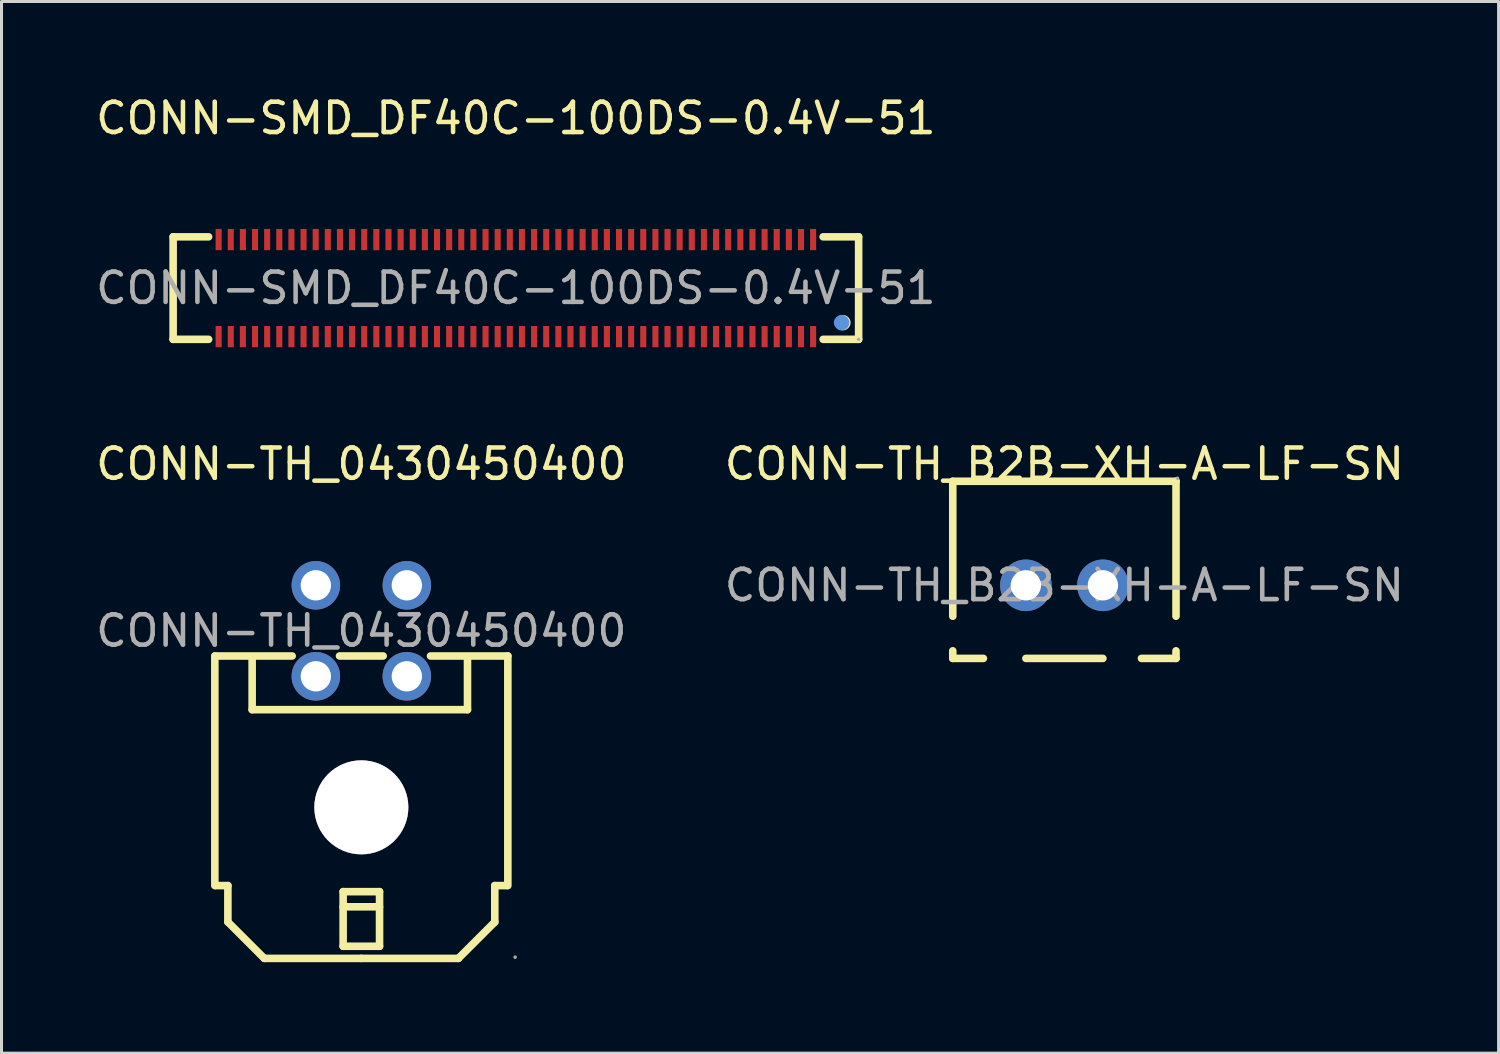
<source format=kicad_pcb>
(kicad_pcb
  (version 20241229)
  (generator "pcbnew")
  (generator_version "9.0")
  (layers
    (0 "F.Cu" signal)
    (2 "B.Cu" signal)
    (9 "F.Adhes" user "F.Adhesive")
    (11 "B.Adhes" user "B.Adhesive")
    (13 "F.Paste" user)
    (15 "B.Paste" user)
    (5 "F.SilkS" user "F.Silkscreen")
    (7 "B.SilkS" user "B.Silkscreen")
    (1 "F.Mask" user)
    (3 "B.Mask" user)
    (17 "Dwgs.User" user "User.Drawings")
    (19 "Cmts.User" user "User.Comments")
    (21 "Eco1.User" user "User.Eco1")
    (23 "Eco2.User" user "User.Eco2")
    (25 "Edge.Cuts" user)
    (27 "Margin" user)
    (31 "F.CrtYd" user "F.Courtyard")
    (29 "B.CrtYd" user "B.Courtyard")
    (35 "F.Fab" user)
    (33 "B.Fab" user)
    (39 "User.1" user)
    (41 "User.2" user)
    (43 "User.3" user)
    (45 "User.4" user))
  (footprint "CONN-TH_0430450400"
    (layer "F.Cu")
    (at 8.863 17.747)
    (property "Reference" "CONN-TH_0430450400" (at 0 -5.5 0) (layer "F.SilkS") (effects (font (size 1 1) (thickness 0.15))))
    (attr smd)
    (fp_line (start -4.83 0.83) (end -2.28 0.83) (stroke (width 0.25) (type solid)) (layer "F.SilkS"))
    (fp_line (start -4.83 8.4) (end -4.83 0.83) (stroke (width 0.25) (type solid)) (layer "F.SilkS"))
    (fp_line (start -4.8 8.4) (end -4.4 8.4) (stroke (width 0.25) (type solid)) (layer "F.SilkS"))
    (fp_line (start -4.4 8.4) (end -4.4 9.6) (stroke (width 0.25) (type solid)) (layer "F.SilkS"))
    (fp_line (start -4.4 9.6) (end -3.2 10.8) (stroke (width 0.25) (type solid)) (layer "F.SilkS"))
    (fp_line (start -3.6 0.9) (end -3.6 2.6) (stroke (width 0.25) (type solid)) (layer "F.SilkS"))
    (fp_line (start -3.6 2.6) (end 3.5 2.6) (stroke (width 0.25) (type solid)) (layer "F.SilkS"))
    (fp_line (start -3.2 10.8) (end 0 10.8) (stroke (width 0.25) (type solid)) (layer "F.SilkS"))
    (fp_line (start -0.72 0.83) (end 0.72 0.83) (stroke (width 0.25) (type solid)) (layer "F.SilkS"))
    (fp_line (start -0.6 8.6) (end 0.6 8.6) (stroke (width 0.25) (type solid)) (layer "F.SilkS"))
    (fp_line (start -0.6 9.1) (end 0.6 9.1) (stroke (width 0.25) (type solid)) (layer "F.SilkS"))
    (fp_line (start -0.6 10.4) (end -0.6 8.6) (stroke (width 0.25) (type solid)) (layer "F.SilkS"))
    (fp_line (start 0.6 8.6) (end 0.6 10.4) (stroke (width 0.25) (type solid)) (layer "F.SilkS"))
    (fp_line (start 0.6 10.4) (end -0.6 10.4) (stroke (width 0.25) (type solid)) (layer "F.SilkS"))
    (fp_line (start 2.28 0.83) (end 4.83 0.83) (stroke (width 0.25) (type solid)) (layer "F.SilkS"))
    (fp_line (start 3.2 10.8) (end 0 10.8) (stroke (width 0.25) (type solid)) (layer "F.SilkS"))
    (fp_line (start 3.5 2.6) (end 3.5 0.9) (stroke (width 0.25) (type solid)) (layer "F.SilkS"))
    (fp_line (start 4.4 8.4) (end 4.4 9.6) (stroke (width 0.25) (type solid)) (layer "F.SilkS"))
    (fp_line (start 4.4 9.6) (end 3.2 10.8) (stroke (width 0.25) (type solid)) (layer "F.SilkS"))
    (fp_line (start 4.8 8.4) (end 4.4 8.4) (stroke (width 0.25) (type solid)) (layer "F.SilkS"))
    (fp_line (start 4.83 0.83) (end 4.83 8.4) (stroke (width 0.25) (type solid)) (layer "F.SilkS"))
    (fp_circle (center 0 5.82) (end 0.75 5.82) (stroke (width 1.5) (type solid)) (fill no) (layer "Cmts.User"))
    (fp_circle (center 5.07 10.76) (end 5.1 10.76) (stroke (width 0.06) (type solid)) (fill no) (layer "F.Fab"))
    (fp_text user "${REFERENCE}" (at 0 0 0) (layer "F.Fab") (effects (font (size 1 1) (thickness 0.15))))
    (pad "" thru_hole circle (at 0 5.82) (size 3.1 3.1) (drill 3.1) (layers "*.Cu" "*.Mask"))
    (pad "1" thru_hole circle (at 1.5 1.5) (size 1.6 1.6) (drill 1) (layers "*.Cu" "*.Paste" "*.Mask"))
    (pad "2" thru_hole circle (at -1.5 1.5) (size 1.6 1.6) (drill 1) (layers "*.Cu" "*.Paste" "*.Mask"))
    (pad "3" thru_hole circle (at 1.5 -1.5) (size 1.6 1.6) (drill 1) (layers "*.Cu" "*.Paste" "*.Mask"))
    (pad "4" thru_hole circle (at -1.5 -1.5) (size 1.6 1.6) (drill 1) (layers "*.Cu" "*.Paste" "*.Mask")))
  (footprint "CONN-TH_B2B-XH-A-LF-SN"
    (layer "F.Cu")
    (at 32.042 16.247)
    (property "Reference" "CONN-TH_B2B-XH-A-LF-SN" (at 0 -4 0) (layer "F.SilkS") (effects (font (size 1 1) (thickness 0.15))))
    (attr smd)
    (fp_line (start -3.68 -3.43) (end 3.68 -3.43) (stroke (width 0.25) (type solid)) (layer "F.SilkS"))
    (fp_line (start -3.68 1.02) (end -3.68 -3.43) (stroke (width 0.25) (type solid)) (layer "F.SilkS"))
    (fp_line (start -3.68 2.41) (end -3.68 2.16) (stroke (width 0.25) (type solid)) (layer "F.SilkS"))
    (fp_line (start -3.68 2.41) (end -2.67 2.41) (stroke (width 0.25) (type solid)) (layer "F.SilkS"))
    (fp_line (start -1.27 2.41) (end 1.27 2.41) (stroke (width 0.25) (type solid)) (layer "F.SilkS"))
    (fp_line (start 3.68 -3.43) (end 3.68 1.02) (stroke (width 0.25) (type solid)) (layer "F.SilkS"))
    (fp_line (start 3.68 2.41) (end 2.54 2.41) (stroke (width 0.25) (type solid)) (layer "F.SilkS"))
    (fp_line (start 3.68 2.41) (end 3.68 2.16) (stroke (width 0.25) (type solid)) (layer "F.SilkS"))
    (fp_circle (center 3.73 -3.53) (end 3.76 -3.53) (stroke (width 0.06) (type solid)) (fill no) (layer "F.Fab"))
    (fp_text user "${REFERENCE}" (at 0 0 0) (layer "F.Fab") (effects (font (size 1 1) (thickness 0.15))))
    (pad "1" thru_hole circle (at 1.27 0 180) (size 1.7 1.7) (drill 1) (layers "*.Cu" "*.Paste" "*.Mask"))
    (pad "2" thru_hole circle (at -1.27 0 180) (size 1.7 1.7) (drill 1) (layers "*.Cu" "*.Paste" "*.Mask")))
  (footprint "CONN-SMD_DF40C-100DS-0.4V-51"
    (layer "F.Cu")
    (at 13.958 6.448)
    (property "Reference" "CONN-SMD_DF40C-100DS-0.4V-51" (at 0 -5.6 0) (layer "F.SilkS") (effects (font (size 1 1) (thickness 0.15))))
    (attr smd)
    (fp_line (start -11.3 -1.69) (end -11.3 1.69) (stroke (width 0.25) (type solid)) (layer "F.SilkS"))
    (fp_line (start -11.3 -1.69) (end -10.13 -1.69) (stroke (width 0.25) (type solid)) (layer "F.SilkS"))
    (fp_line (start -11.3 1.69) (end -10.13 1.69) (stroke (width 0.25) (type solid)) (layer "F.SilkS"))
    (fp_line (start 10.13 -1.69) (end 11.3 -1.69) (stroke (width 0.25) (type solid)) (layer "F.SilkS"))
    (fp_line (start 10.13 1.69) (end 11.3 1.69) (stroke (width 0.25) (type solid)) (layer "F.SilkS"))
    (fp_line (start 11.3 -1.69) (end 11.3 1.69) (stroke (width 0.25) (type solid)) (layer "F.SilkS"))
    (fp_circle (center 10.78 1.14) (end 10.91 1.14) (stroke (width 0.25) (type solid)) (fill no) (layer "F.SilkS"))
    (fp_circle (center 10.74 1.14) (end 10.87 1.14) (stroke (width 0.25) (type solid)) (fill no) (layer "Cmts.User"))
    (fp_circle (center 11.3 1.69) (end 11.33 1.69) (stroke (width 0.06) (type solid)) (fill no) (layer "F.Fab"))
    (fp_text user "${REFERENCE}" (at 0 0 0) (layer "F.Fab") (effects (font (size 1 1) (thickness 0.15))))
    (pad "1" smd rect (at 9.8 1.6) (size 0.2 0.7) (layers "F.Cu" "F.Mask" "F.Paste"))
    (pad "2" smd rect (at 9.4 1.6) (size 0.2 0.7) (layers "F.Cu" "F.Mask" "F.Paste"))
    (pad "3" smd rect (at 9 1.6) (size 0.2 0.7) (layers "F.Cu" "F.Mask" "F.Paste"))
    (pad "4" smd rect (at 8.6 1.6) (size 0.2 0.7) (layers "F.Cu" "F.Mask" "F.Paste"))
    (pad "5" smd rect (at 8.2 1.6) (size 0.2 0.7) (layers "F.Cu" "F.Mask" "F.Paste"))
    (pad "6" smd rect (at 7.8 1.6) (size 0.2 0.7) (layers "F.Cu" "F.Mask" "F.Paste"))
    (pad "7" smd rect (at 7.4 1.6) (size 0.2 0.7) (layers "F.Cu" "F.Mask" "F.Paste"))
    (pad "8" smd rect (at 7 1.6) (size 0.2 0.7) (layers "F.Cu" "F.Mask" "F.Paste"))
    (pad "9" smd rect (at 6.6 1.6) (size 0.2 0.7) (layers "F.Cu" "F.Mask" "F.Paste"))
    (pad "10" smd rect (at 6.2 1.6) (size 0.2 0.7) (layers "F.Cu" "F.Mask" "F.Paste"))
    (pad "11" smd rect (at 5.8 1.6) (size 0.2 0.7) (layers "F.Cu" "F.Mask" "F.Paste"))
    (pad "12" smd rect (at 5.4 1.6) (size 0.2 0.7) (layers "F.Cu" "F.Mask" "F.Paste"))
    (pad "13" smd rect (at 5 1.6) (size 0.2 0.7) (layers "F.Cu" "F.Mask" "F.Paste"))
    (pad "14" smd rect (at 4.6 1.6) (size 0.2 0.7) (layers "F.Cu" "F.Mask" "F.Paste"))
    (pad "15" smd rect (at 4.2 1.6) (size 0.2 0.7) (layers "F.Cu" "F.Mask" "F.Paste"))
    (pad "16" smd rect (at 3.8 1.6) (size 0.2 0.7) (layers "F.Cu" "F.Mask" "F.Paste"))
    (pad "17" smd rect (at 3.4 1.6) (size 0.2 0.7) (layers "F.Cu" "F.Mask" "F.Paste"))
    (pad "18" smd rect (at 3 1.6) (size 0.2 0.7) (layers "F.Cu" "F.Mask" "F.Paste"))
    (pad "19" smd rect (at 2.6 1.6) (size 0.2 0.7) (layers "F.Cu" "F.Mask" "F.Paste"))
    (pad "20" smd rect (at 2.2 1.6) (size 0.2 0.7) (layers "F.Cu" "F.Mask" "F.Paste"))
    (pad "21" smd rect (at 1.8 1.6) (size 0.2 0.7) (layers "F.Cu" "F.Mask" "F.Paste"))
    (pad "22" smd rect (at 1.4 1.6) (size 0.2 0.7) (layers "F.Cu" "F.Mask" "F.Paste"))
    (pad "23" smd rect (at 1 1.6) (size 0.2 0.7) (layers "F.Cu" "F.Mask" "F.Paste"))
    (pad "24" smd rect (at 0.6 1.6) (size 0.2 0.7) (layers "F.Cu" "F.Mask" "F.Paste"))
    (pad "25" smd rect (at 0.2 1.6) (size 0.2 0.7) (layers "F.Cu" "F.Mask" "F.Paste"))
    (pad "26" smd rect (at -0.2 1.6) (size 0.2 0.7) (layers "F.Cu" "F.Mask" "F.Paste"))
    (pad "27" smd rect (at -0.6 1.6) (size 0.2 0.7) (layers "F.Cu" "F.Mask" "F.Paste"))
    (pad "28" smd rect (at -1 1.6) (size 0.2 0.7) (layers "F.Cu" "F.Mask" "F.Paste"))
    (pad "29" smd rect (at -1.4 1.6) (size 0.2 0.7) (layers "F.Cu" "F.Mask" "F.Paste"))
    (pad "30" smd rect (at -1.8 1.6) (size 0.2 0.7) (layers "F.Cu" "F.Mask" "F.Paste"))
    (pad "31" smd rect (at -2.2 1.6) (size 0.2 0.7) (layers "F.Cu" "F.Mask" "F.Paste"))
    (pad "32" smd rect (at -2.6 1.6) (size 0.2 0.7) (layers "F.Cu" "F.Mask" "F.Paste"))
    (pad "33" smd rect (at -3 1.6) (size 0.2 0.7) (layers "F.Cu" "F.Mask" "F.Paste"))
    (pad "34" smd rect (at -3.4 1.6) (size 0.2 0.7) (layers "F.Cu" "F.Mask" "F.Paste"))
    (pad "35" smd rect (at -3.8 1.6) (size 0.2 0.7) (layers "F.Cu" "F.Mask" "F.Paste"))
    (pad "36" smd rect (at -4.2 1.6) (size 0.2 0.7) (layers "F.Cu" "F.Mask" "F.Paste"))
    (pad "37" smd rect (at -4.6 1.6) (size 0.2 0.7) (layers "F.Cu" "F.Mask" "F.Paste"))
    (pad "38" smd rect (at -5 1.6) (size 0.2 0.7) (layers "F.Cu" "F.Mask" "F.Paste"))
    (pad "39" smd rect (at -5.4 1.6) (size 0.2 0.7) (layers "F.Cu" "F.Mask" "F.Paste"))
    (pad "40" smd rect (at -5.8 1.6) (size 0.2 0.7) (layers "F.Cu" "F.Mask" "F.Paste"))
    (pad "41" smd rect (at -6.2 1.6) (size 0.2 0.7) (layers "F.Cu" "F.Mask" "F.Paste"))
    (pad "42" smd rect (at -6.6 1.6) (size 0.2 0.7) (layers "F.Cu" "F.Mask" "F.Paste"))
    (pad "43" smd rect (at -7 1.6) (size 0.2 0.7) (layers "F.Cu" "F.Mask" "F.Paste"))
    (pad "44" smd rect (at -7.4 1.6) (size 0.2 0.7) (layers "F.Cu" "F.Mask" "F.Paste"))
    (pad "45" smd rect (at -7.8 1.6) (size 0.2 0.7) (layers "F.Cu" "F.Mask" "F.Paste"))
    (pad "46" smd rect (at -8.2 1.6 180) (size 0.2 0.7) (layers "F.Cu" "F.Mask" "F.Paste"))
    (pad "47" smd rect (at -8.6 1.6 180) (size 0.2 0.7) (layers "F.Cu" "F.Mask" "F.Paste"))
    (pad "48" smd rect (at -9 1.6 180) (size 0.2 0.7) (layers "F.Cu" "F.Mask" "F.Paste"))
    (pad "49" smd rect (at -9.4 1.6 180) (size 0.2 0.7) (layers "F.Cu" "F.Mask" "F.Paste"))
    (pad "50" smd rect (at -9.8 1.6 180) (size 0.2 0.7) (layers "F.Cu" "F.Mask" "F.Paste"))
    (pad "51" smd rect (at -9.8 -1.6) (size 0.2 0.7) (layers "F.Cu" "F.Mask" "F.Paste"))
    (pad "52" smd rect (at -9.4 -1.6) (size 0.2 0.7) (layers "F.Cu" "F.Mask" "F.Paste"))
    (pad "53" smd rect (at -9 -1.6) (size 0.2 0.7) (layers "F.Cu" "F.Mask" "F.Paste"))
    (pad "54" smd rect (at -8.6 -1.6) (size 0.2 0.7) (layers "F.Cu" "F.Mask" "F.Paste"))
    (pad "55" smd rect (at -8.2 -1.6) (size 0.2 0.7) (layers "F.Cu" "F.Mask" "F.Paste"))
    (pad "56" smd rect (at -7.8 -1.6) (size 0.2 0.7) (layers "F.Cu" "F.Mask" "F.Paste"))
    (pad "57" smd rect (at -7.4 -1.6) (size 0.2 0.7) (layers "F.Cu" "F.Mask" "F.Paste"))
    (pad "58" smd rect (at -7 -1.6) (size 0.2 0.7) (layers "F.Cu" "F.Mask" "F.Paste"))
    (pad "59" smd rect (at -6.6 -1.6) (size 0.2 0.7) (layers "F.Cu" "F.Mask" "F.Paste"))
    (pad "60" smd rect (at -6.2 -1.6) (size 0.2 0.7) (layers "F.Cu" "F.Mask" "F.Paste"))
    (pad "61" smd rect (at -5.8 -1.6) (size 0.2 0.7) (layers "F.Cu" "F.Mask" "F.Paste"))
    (pad "62" smd rect (at -5.4 -1.6) (size 0.2 0.7) (layers "F.Cu" "F.Mask" "F.Paste"))
    (pad "63" smd rect (at -5 -1.6) (size 0.2 0.7) (layers "F.Cu" "F.Mask" "F.Paste"))
    (pad "64" smd rect (at -4.6 -1.6) (size 0.2 0.7) (layers "F.Cu" "F.Mask" "F.Paste"))
    (pad "65" smd rect (at -4.2 -1.6) (size 0.2 0.7) (layers "F.Cu" "F.Mask" "F.Paste"))
    (pad "66" smd rect (at -3.8 -1.6) (size 0.2 0.7) (layers "F.Cu" "F.Mask" "F.Paste"))
    (pad "67" smd rect (at -3.4 -1.6) (size 0.2 0.7) (layers "F.Cu" "F.Mask" "F.Paste"))
    (pad "68" smd rect (at -3 -1.6) (size 0.2 0.7) (layers "F.Cu" "F.Mask" "F.Paste"))
    (pad "69" smd rect (at -2.6 -1.6) (size 0.2 0.7) (layers "F.Cu" "F.Mask" "F.Paste"))
    (pad "70" smd rect (at -2.2 -1.6) (size 0.2 0.7) (layers "F.Cu" "F.Mask" "F.Paste"))
    (pad "71" smd rect (at -1.8 -1.6) (size 0.2 0.7) (layers "F.Cu" "F.Mask" "F.Paste"))
    (pad "72" smd rect (at -1.4 -1.6) (size 0.2 0.7) (layers "F.Cu" "F.Mask" "F.Paste"))
    (pad "73" smd rect (at -1 -1.6) (size 0.2 0.7) (layers "F.Cu" "F.Mask" "F.Paste"))
    (pad "74" smd rect (at -0.6 -1.6) (size 0.2 0.7) (layers "F.Cu" "F.Mask" "F.Paste"))
    (pad "75" smd rect (at -0.2 -1.6) (size 0.2 0.7) (layers "F.Cu" "F.Mask" "F.Paste"))
    (pad "76" smd rect (at 0.2 -1.6) (size 0.2 0.7) (layers "F.Cu" "F.Mask" "F.Paste"))
    (pad "77" smd rect (at 0.6 -1.6) (size 0.2 0.7) (layers "F.Cu" "F.Mask" "F.Paste"))
    (pad "78" smd rect (at 1 -1.6) (size 0.2 0.7) (layers "F.Cu" "F.Mask" "F.Paste"))
    (pad "79" smd rect (at 1.4 -1.6) (size 0.2 0.7) (layers "F.Cu" "F.Mask" "F.Paste"))
    (pad "80" smd rect (at 1.8 -1.6) (size 0.2 0.7) (layers "F.Cu" "F.Mask" "F.Paste"))
    (pad "81" smd rect (at 2.2 -1.6) (size 0.2 0.7) (layers "F.Cu" "F.Mask" "F.Paste"))
    (pad "82" smd rect (at 2.6 -1.6) (size 0.2 0.7) (layers "F.Cu" "F.Mask" "F.Paste"))
    (pad "83" smd rect (at 3 -1.6) (size 0.2 0.7) (layers "F.Cu" "F.Mask" "F.Paste"))
    (pad "84" smd rect (at 3.4 -1.6) (size 0.2 0.7) (layers "F.Cu" "F.Mask" "F.Paste"))
    (pad "85" smd rect (at 3.8 -1.6) (size 0.2 0.7) (layers "F.Cu" "F.Mask" "F.Paste"))
    (pad "86" smd rect (at 4.2 -1.6) (size 0.2 0.7) (layers "F.Cu" "F.Mask" "F.Paste"))
    (pad "87" smd rect (at 4.6 -1.6) (size 0.2 0.7) (layers "F.Cu" "F.Mask" "F.Paste"))
    (pad "88" smd rect (at 5 -1.6) (size 0.2 0.7) (layers "F.Cu" "F.Mask" "F.Paste"))
    (pad "89" smd rect (at 5.4 -1.6) (size 0.2 0.7) (layers "F.Cu" "F.Mask" "F.Paste"))
    (pad "90" smd rect (at 5.8 -1.6) (size 0.2 0.7) (layers "F.Cu" "F.Mask" "F.Paste"))
    (pad "91" smd rect (at 6.2 -1.6) (size 0.2 0.7) (layers "F.Cu" "F.Mask" "F.Paste"))
    (pad "92" smd rect (at 6.6 -1.6) (size 0.2 0.7) (layers "F.Cu" "F.Mask" "F.Paste"))
    (pad "93" smd rect (at 7 -1.6) (size 0.2 0.7) (layers "F.Cu" "F.Mask" "F.Paste"))
    (pad "94" smd rect (at 7.4 -1.6) (size 0.2 0.7) (layers "F.Cu" "F.Mask" "F.Paste"))
    (pad "95" smd rect (at 7.8 -1.6) (size 0.2 0.7) (layers "F.Cu" "F.Mask" "F.Paste"))
    (pad "96" smd rect (at 8.2 -1.6) (size 0.2 0.7) (layers "F.Cu" "F.Mask" "F.Paste"))
    (pad "97" smd rect (at 8.6 -1.6) (size 0.2 0.7) (layers "F.Cu" "F.Mask" "F.Paste"))
    (pad "98" smd rect (at 9 -1.6) (size 0.2 0.7) (layers "F.Cu" "F.Mask" "F.Paste"))
    (pad "99" smd rect (at 9.4 -1.6) (size 0.2 0.7) (layers "F.Cu" "F.Mask" "F.Paste"))
    (pad "100" smd rect (at 9.8 -1.6) (size 0.2 0.7) (layers "F.Cu" "F.Mask" "F.Paste")))
  (gr_rect
    (start -3 -3)
    (end 46.357 31.672)
    (stroke (width 0.1) (type default))
    (fill no)
    (layer "Edge.Cuts")))
</source>
